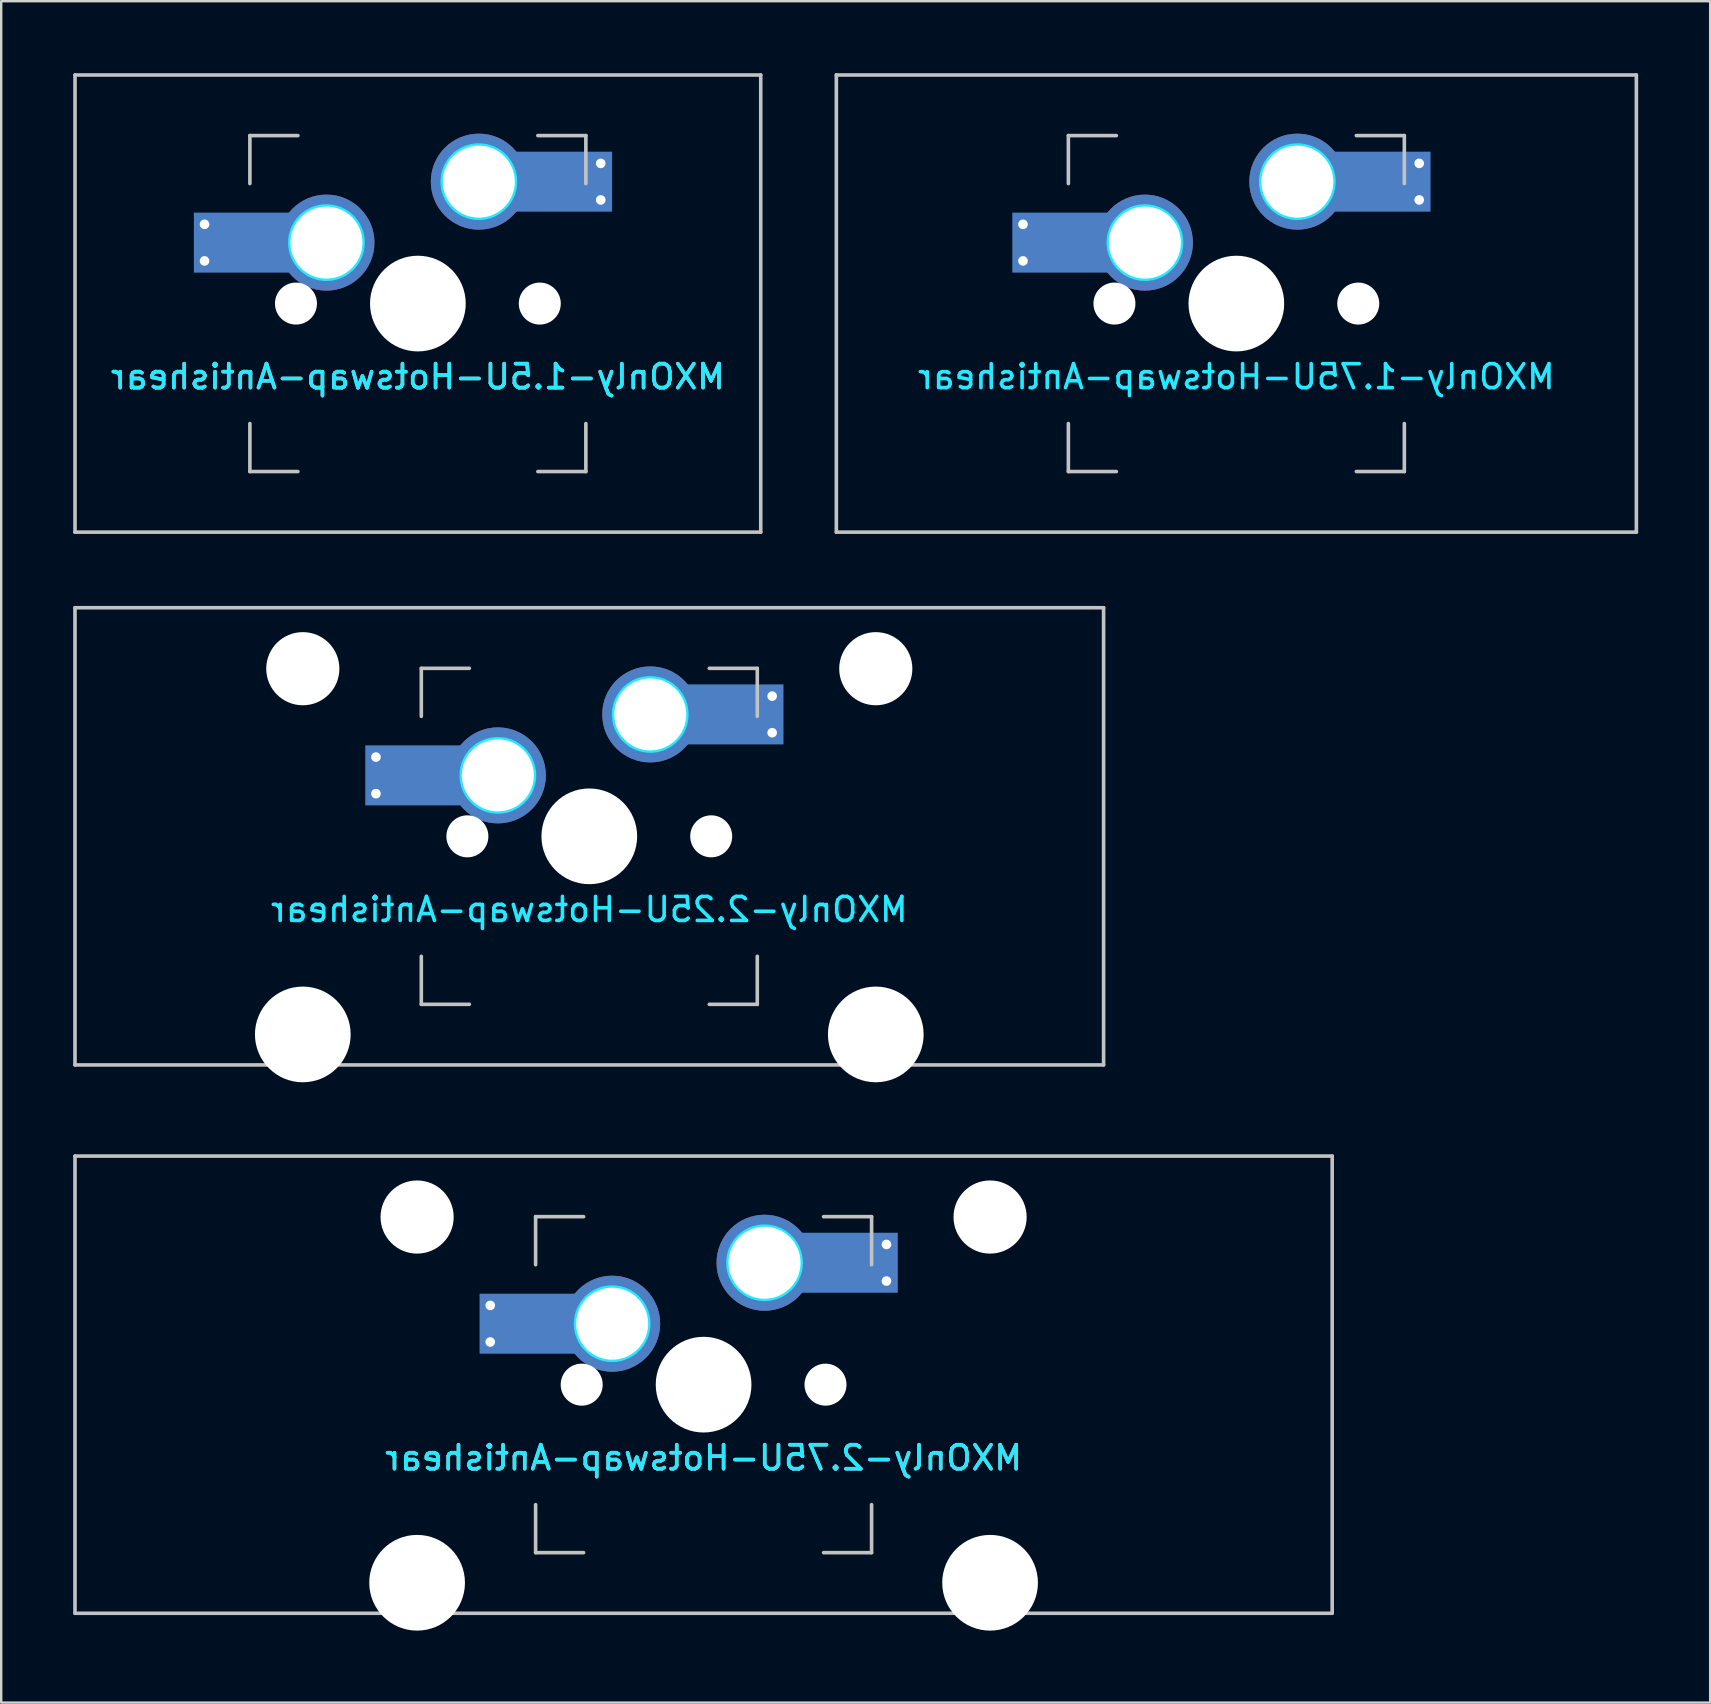
<source format=kicad_pcb>
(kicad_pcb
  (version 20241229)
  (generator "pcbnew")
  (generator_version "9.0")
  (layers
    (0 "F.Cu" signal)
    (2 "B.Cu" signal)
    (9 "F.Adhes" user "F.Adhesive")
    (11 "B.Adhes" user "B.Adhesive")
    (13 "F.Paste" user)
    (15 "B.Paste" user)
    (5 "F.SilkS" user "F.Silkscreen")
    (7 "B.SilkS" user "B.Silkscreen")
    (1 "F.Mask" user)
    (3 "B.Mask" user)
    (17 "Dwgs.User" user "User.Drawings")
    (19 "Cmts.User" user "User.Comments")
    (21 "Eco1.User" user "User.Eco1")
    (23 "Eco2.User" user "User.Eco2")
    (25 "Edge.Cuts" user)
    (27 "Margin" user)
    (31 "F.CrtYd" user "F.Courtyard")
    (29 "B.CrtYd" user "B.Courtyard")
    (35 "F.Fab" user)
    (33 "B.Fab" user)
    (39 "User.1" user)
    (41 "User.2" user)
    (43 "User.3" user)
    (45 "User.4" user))
  (footprint "MXOnly-2.25U-Hotswap-Antishear"
    (layer "F.Cu")
    (at 21.506 31.8)
    (property "Reference" "MXOnly-2.25U-Hotswap-Antishear" (at 0 3.048 0) (layer "B.CrtYd") (effects (font (size 1 1) (thickness 0.15)) (justify mirror)))
    (attr smd)
    (fp_line (start -21.431 -9.525) (end 21.431 -9.525) (stroke (width 0.15) (type solid)) (layer "Dwgs.User"))
    (fp_line (start -21.431 9.525) (end -21.431 -9.525) (stroke (width 0.15) (type solid)) (layer "Dwgs.User"))
    (fp_line (start -7 -7) (end -7 -5) (stroke (width 0.15) (type solid)) (layer "Dwgs.User"))
    (fp_line (start -7 5) (end -7 7) (stroke (width 0.15) (type solid)) (layer "Dwgs.User"))
    (fp_line (start -7 7) (end -5 7) (stroke (width 0.15) (type solid)) (layer "Dwgs.User"))
    (fp_line (start -5 -7) (end -7 -7) (stroke (width 0.15) (type solid)) (layer "Dwgs.User"))
    (fp_line (start 5 -7) (end 7 -7) (stroke (width 0.15) (type solid)) (layer "Dwgs.User"))
    (fp_line (start 5 7) (end 7 7) (stroke (width 0.15) (type solid)) (layer "Dwgs.User"))
    (fp_line (start 7 -7) (end 7 -5) (stroke (width 0.15) (type solid)) (layer "Dwgs.User"))
    (fp_line (start 7 7) (end 7 5) (stroke (width 0.15) (type solid)) (layer "Dwgs.User"))
    (fp_line (start 21.431 -9.525) (end 21.431 9.525) (stroke (width 0.15) (type solid)) (layer "Dwgs.User"))
    (fp_line (start 21.431 9.525) (end -21.431 9.525) (stroke (width 0.15) (type solid)) (layer "Dwgs.User"))
    (fp_circle (center -3.81 -2.54) (end -3.81 -4.064) (stroke (width 0.15) (type solid)) (fill no) (layer "B.CrtYd"))
    (fp_circle (center 2.54 -5.08) (end 2.54 -6.604) (stroke (width 0.15) (type solid)) (fill no) (layer "B.CrtYd"))
    (pad "" np_thru_hole circle (at -11.938 -6.985) (size 3.048 3.048) (drill 3.048) (layers "*.Cu" "*.Mask"))
    (pad "" np_thru_hole circle (at -11.938 8.255) (size 3.988 3.988) (drill 3.988) (layers "*.Cu" "*.Mask"))
    (pad "" smd rect (at -7.085 -2.54) (size 2.55 2.5) (layers "B.Mask" "B.Paste"))
    (pad "" np_thru_hole circle (at -5.08 0 48.1) (size 1.75 1.75) (drill 1.75) (layers "*.Cu" "*.Mask"))
    (pad "" np_thru_hole circle (at 0 0) (size 3.988 3.988) (drill 3.988) (layers "*.Cu" "*.Mask"))
    (pad "" np_thru_hole circle (at 5.08 0 48.1) (size 1.75 1.75) (drill 1.75) (layers "*.Cu" "*.Mask"))
    (pad "" smd rect (at 5.815 -5.08) (size 2.55 2.5) (layers "B.Mask" "B.Paste"))
    (pad "" np_thru_hole circle (at 11.938 -6.985) (size 3.048 3.048) (drill 3.048) (layers "*.Cu" "*.Mask"))
    (pad "" np_thru_hole circle (at 11.938 8.255) (size 3.988 3.988) (drill 3.988) (layers "*.Cu" "*.Mask"))
    (pad "1" thru_hole circle (at -8.89 -3.302) (size 0.8 0.8) (drill 0.4) (layers "*.Cu"))
    (pad "1" thru_hole circle (at -8.89 -1.778) (size 0.8 0.8) (drill 0.4) (layers "*.Cu"))
    (pad "1" smd rect (at -7.085 -2.54) (size 4.5 2.5) (layers "B.Cu"))
    (pad "1" thru_hole circle (at -3.81 -2.54) (size 4 4) (drill 3) (layers "*.Cu"))
    (pad "2" thru_hole circle (at 2.54 -5.08) (size 4 4) (drill 3) (layers "*.Cu"))
    (pad "2" smd rect (at 5.842 -5.08) (size 4.5 2.5) (layers "B.Cu"))
    (pad "2" thru_hole circle (at 7.62 -5.842) (size 0.8 0.8) (drill 0.4) (layers "*.Cu"))
    (pad "2" thru_hole circle (at 7.62 -4.318) (size 0.8 0.8) (drill 0.4) (layers "*.Cu")))
  (footprint "MXOnly-1.75U-Hotswap-Antishear"
    (layer "F.Cu")
    (at 48.469 9.6)
    (property "Reference" "MXOnly-1.75U-Hotswap-Antishear" (at 0 3.048 0) (layer "B.CrtYd") (effects (font (size 1 1) (thickness 0.15)) (justify mirror)))
    (attr smd)
    (fp_line (start -16.669 -9.525) (end 16.669 -9.525) (stroke (width 0.15) (type solid)) (layer "Dwgs.User"))
    (fp_line (start -16.669 9.525) (end -16.669 -9.525) (stroke (width 0.15) (type solid)) (layer "Dwgs.User"))
    (fp_line (start -7 -7) (end -7 -5) (stroke (width 0.15) (type solid)) (layer "Dwgs.User"))
    (fp_line (start -7 5) (end -7 7) (stroke (width 0.15) (type solid)) (layer "Dwgs.User"))
    (fp_line (start -7 7) (end -5 7) (stroke (width 0.15) (type solid)) (layer "Dwgs.User"))
    (fp_line (start -5 -7) (end -7 -7) (stroke (width 0.15) (type solid)) (layer "Dwgs.User"))
    (fp_line (start 5 -7) (end 7 -7) (stroke (width 0.15) (type solid)) (layer "Dwgs.User"))
    (fp_line (start 5 7) (end 7 7) (stroke (width 0.15) (type solid)) (layer "Dwgs.User"))
    (fp_line (start 7 -7) (end 7 -5) (stroke (width 0.15) (type solid)) (layer "Dwgs.User"))
    (fp_line (start 7 7) (end 7 5) (stroke (width 0.15) (type solid)) (layer "Dwgs.User"))
    (fp_line (start 16.669 -9.525) (end 16.669 9.525) (stroke (width 0.15) (type solid)) (layer "Dwgs.User"))
    (fp_line (start 16.669 9.525) (end -16.669 9.525) (stroke (width 0.15) (type solid)) (layer "Dwgs.User"))
    (fp_circle (center -3.81 -2.54) (end -3.81 -4.064) (stroke (width 0.15) (type solid)) (fill no) (layer "B.CrtYd"))
    (fp_circle (center 2.54 -5.08) (end 2.54 -6.604) (stroke (width 0.15) (type solid)) (fill no) (layer "B.CrtYd"))
    (pad "" smd rect (at -7.085 -2.54) (size 2.55 2.5) (layers "B.Mask" "B.Paste"))
    (pad "" np_thru_hole circle (at -5.08 0 48.1) (size 1.75 1.75) (drill 1.75) (layers "*.Cu" "*.Mask"))
    (pad "" np_thru_hole circle (at 0 0) (size 3.988 3.988) (drill 3.988) (layers "*.Cu" "*.Mask"))
    (pad "" np_thru_hole circle (at 5.08 0 48.1) (size 1.75 1.75) (drill 1.75) (layers "*.Cu" "*.Mask"))
    (pad "" smd rect (at 5.815 -5.08) (size 2.55 2.5) (layers "B.Mask" "B.Paste"))
    (pad "1" thru_hole circle (at -8.89 -3.302) (size 0.8 0.8) (drill 0.4) (layers "*.Cu"))
    (pad "1" thru_hole circle (at -8.89 -1.778) (size 0.8 0.8) (drill 0.4) (layers "*.Cu"))
    (pad "1" smd rect (at -7.085 -2.54) (size 4.5 2.5) (layers "B.Cu"))
    (pad "1" thru_hole circle (at -3.81 -2.54) (size 4 4) (drill 3) (layers "*.Cu"))
    (pad "2" thru_hole circle (at 2.54 -5.08) (size 4 4) (drill 3) (layers "*.Cu"))
    (pad "2" smd rect (at 5.842 -5.08) (size 4.5 2.5) (layers "B.Cu"))
    (pad "2" thru_hole circle (at 7.62 -5.842) (size 0.8 0.8) (drill 0.4) (layers "*.Cu"))
    (pad "2" thru_hole circle (at 7.62 -4.318) (size 0.8 0.8) (drill 0.4) (layers "*.Cu")))
  (footprint "MXOnly-1.5U-Hotswap-Antishear"
    (layer "F.Cu")
    (at 14.363 9.6)
    (property "Reference" "MXOnly-1.5U-Hotswap-Antishear" (at 0 3.048 0) (layer "B.CrtYd") (effects (font (size 1 1) (thickness 0.15)) (justify mirror)))
    (attr smd)
    (fp_line (start -14.287 -9.525) (end 14.287 -9.525) (stroke (width 0.15) (type solid)) (layer "Dwgs.User"))
    (fp_line (start -14.287 9.525) (end -14.287 -9.525) (stroke (width 0.15) (type solid)) (layer "Dwgs.User"))
    (fp_line (start -7 -7) (end -7 -5) (stroke (width 0.15) (type solid)) (layer "Dwgs.User"))
    (fp_line (start -7 5) (end -7 7) (stroke (width 0.15) (type solid)) (layer "Dwgs.User"))
    (fp_line (start -7 7) (end -5 7) (stroke (width 0.15) (type solid)) (layer "Dwgs.User"))
    (fp_line (start -5 -7) (end -7 -7) (stroke (width 0.15) (type solid)) (layer "Dwgs.User"))
    (fp_line (start 5 -7) (end 7 -7) (stroke (width 0.15) (type solid)) (layer "Dwgs.User"))
    (fp_line (start 5 7) (end 7 7) (stroke (width 0.15) (type solid)) (layer "Dwgs.User"))
    (fp_line (start 7 -7) (end 7 -5) (stroke (width 0.15) (type solid)) (layer "Dwgs.User"))
    (fp_line (start 7 7) (end 7 5) (stroke (width 0.15) (type solid)) (layer "Dwgs.User"))
    (fp_line (start 14.287 -9.525) (end 14.287 9.525) (stroke (width 0.15) (type solid)) (layer "Dwgs.User"))
    (fp_line (start 14.287 9.525) (end -14.287 9.525) (stroke (width 0.15) (type solid)) (layer "Dwgs.User"))
    (fp_circle (center -3.81 -2.54) (end -3.81 -4.064) (stroke (width 0.15) (type solid)) (fill no) (layer "B.CrtYd"))
    (fp_circle (center 2.54 -5.08) (end 2.54 -6.604) (stroke (width 0.15) (type solid)) (fill no) (layer "B.CrtYd"))
    (fp_text user "${REFERENCE}" (at 0 3.048 0) (layer "B.SilkS") (effects (font (size 1 1) (thickness 0.15)) (justify mirror)))
    (pad "" smd rect (at -7.085 -2.54) (size 2.55 2.5) (layers "B.Mask" "B.Paste"))
    (pad "" np_thru_hole circle (at -5.08 0 48.1) (size 1.75 1.75) (drill 1.75) (layers "*.Cu" "*.Mask"))
    (pad "" np_thru_hole circle (at 0 0) (size 3.988 3.988) (drill 3.988) (layers "*.Cu" "*.Mask"))
    (pad "" np_thru_hole circle (at 5.08 0 48.1) (size 1.75 1.75) (drill 1.75) (layers "*.Cu" "*.Mask"))
    (pad "" smd rect (at 5.815 -5.08) (size 2.55 2.5) (layers "B.Mask" "B.Paste"))
    (pad "1" thru_hole circle (at -8.89 -3.302) (size 0.8 0.8) (drill 0.4) (layers "*.Cu"))
    (pad "1" thru_hole circle (at -8.89 -1.778) (size 0.8 0.8) (drill 0.4) (layers "*.Cu"))
    (pad "1" smd rect (at -7.085 -2.54) (size 4.5 2.5) (layers "B.Cu"))
    (pad "1" thru_hole circle (at -3.81 -2.54) (size 4 4) (drill 3) (layers "*.Cu"))
    (pad "2" thru_hole circle (at 2.54 -5.08) (size 4 4) (drill 3) (layers "*.Cu"))
    (pad "2" smd rect (at 5.842 -5.08) (size 4.5 2.5) (layers "B.Cu"))
    (pad "2" thru_hole circle (at 7.62 -5.842) (size 0.8 0.8) (drill 0.4) (layers "*.Cu"))
    (pad "2" thru_hole circle (at 7.62 -4.318) (size 0.8 0.8) (drill 0.4) (layers "*.Cu")))
  (footprint "MXOnly-2.75U-Hotswap-Antishear"
    (layer "F.Cu")
    (at 26.269 54.649)
    (property "Reference" "MXOnly-2.75U-Hotswap-Antishear" (at 0 3.048 0) (layer "B.CrtYd") (effects (font (size 1 1) (thickness 0.15)) (justify mirror)))
    (attr smd)
    (fp_line (start -26.194 -9.525) (end 26.194 -9.525) (stroke (width 0.15) (type solid)) (layer "Dwgs.User"))
    (fp_line (start -26.194 9.525) (end -26.194 -9.525) (stroke (width 0.15) (type solid)) (layer "Dwgs.User"))
    (fp_line (start -7 -7) (end -7 -5) (stroke (width 0.15) (type solid)) (layer "Dwgs.User"))
    (fp_line (start -7 5) (end -7 7) (stroke (width 0.15) (type solid)) (layer "Dwgs.User"))
    (fp_line (start -7 7) (end -5 7) (stroke (width 0.15) (type solid)) (layer "Dwgs.User"))
    (fp_line (start -5 -7) (end -7 -7) (stroke (width 0.15) (type solid)) (layer "Dwgs.User"))
    (fp_line (start 5 -7) (end 7 -7) (stroke (width 0.15) (type solid)) (layer "Dwgs.User"))
    (fp_line (start 5 7) (end 7 7) (stroke (width 0.15) (type solid)) (layer "Dwgs.User"))
    (fp_line (start 7 -7) (end 7 -5) (stroke (width 0.15) (type solid)) (layer "Dwgs.User"))
    (fp_line (start 7 7) (end 7 5) (stroke (width 0.15) (type solid)) (layer "Dwgs.User"))
    (fp_line (start 26.194 -9.525) (end 26.194 9.525) (stroke (width 0.15) (type solid)) (layer "Dwgs.User"))
    (fp_line (start 26.194 9.525) (end -26.194 9.525) (stroke (width 0.15) (type solid)) (layer "Dwgs.User"))
    (fp_circle (center -3.81 -2.54) (end -3.81 -4.064) (stroke (width 0.15) (type solid)) (fill no) (layer "B.CrtYd"))
    (fp_circle (center 2.54 -5.08) (end 2.54 -6.604) (stroke (width 0.15) (type solid)) (fill no) (layer "B.CrtYd"))
    (fp_text user "${REFERENCE}" (at 0 3.048 0) (layer "B.SilkS") (effects (font (size 1 1) (thickness 0.15)) (justify mirror)))
    (pad "" np_thru_hole circle (at -11.938 -6.985) (size 3.048 3.048) (drill 3.048) (layers "*.Cu" "*.Mask"))
    (pad "" np_thru_hole circle (at -11.938 8.255) (size 3.988 3.988) (drill 3.988) (layers "*.Cu" "*.Mask"))
    (pad "" smd rect (at -7.085 -2.54) (size 2.55 2.5) (layers "B.Mask" "B.Paste"))
    (pad "" np_thru_hole circle (at -5.08 0 48.1) (size 1.75 1.75) (drill 1.75) (layers "*.Cu" "*.Mask"))
    (pad "" np_thru_hole circle (at 0 0) (size 3.988 3.988) (drill 3.988) (layers "*.Cu" "*.Mask"))
    (pad "" np_thru_hole circle (at 5.08 0 48.1) (size 1.75 1.75) (drill 1.75) (layers "*.Cu" "*.Mask"))
    (pad "" smd rect (at 5.815 -5.08) (size 2.55 2.5) (layers "B.Mask" "B.Paste"))
    (pad "" np_thru_hole circle (at 11.938 -6.985) (size 3.048 3.048) (drill 3.048) (layers "*.Cu" "*.Mask"))
    (pad "" np_thru_hole circle (at 11.938 8.255) (size 3.988 3.988) (drill 3.988) (layers "*.Cu" "*.Mask"))
    (pad "1" thru_hole circle (at -8.89 -3.302) (size 0.8 0.8) (drill 0.4) (layers "*.Cu"))
    (pad "1" thru_hole circle (at -8.89 -1.778) (size 0.8 0.8) (drill 0.4) (layers "*.Cu"))
    (pad "1" smd rect (at -7.085 -2.54) (size 4.5 2.5) (layers "B.Cu"))
    (pad "1" thru_hole circle (at -3.81 -2.54) (size 4 4) (drill 3) (layers "*.Cu"))
    (pad "2" thru_hole circle (at 2.54 -5.08) (size 4 4) (drill 3) (layers "*.Cu"))
    (pad "2" smd rect (at 5.842 -5.08) (size 4.5 2.5) (layers "B.Cu"))
    (pad "2" thru_hole circle (at 7.62 -5.842) (size 0.8 0.8) (drill 0.4) (layers "*.Cu"))
    (pad "2" thru_hole circle (at 7.62 -4.318) (size 0.8 0.8) (drill 0.4) (layers "*.Cu")))
  (gr_rect
    (start -3 -3)
    (end 68.213 67.898)
    (stroke (width 0.1) (type default))
    (fill no)
    (layer "Edge.Cuts")))
</source>
